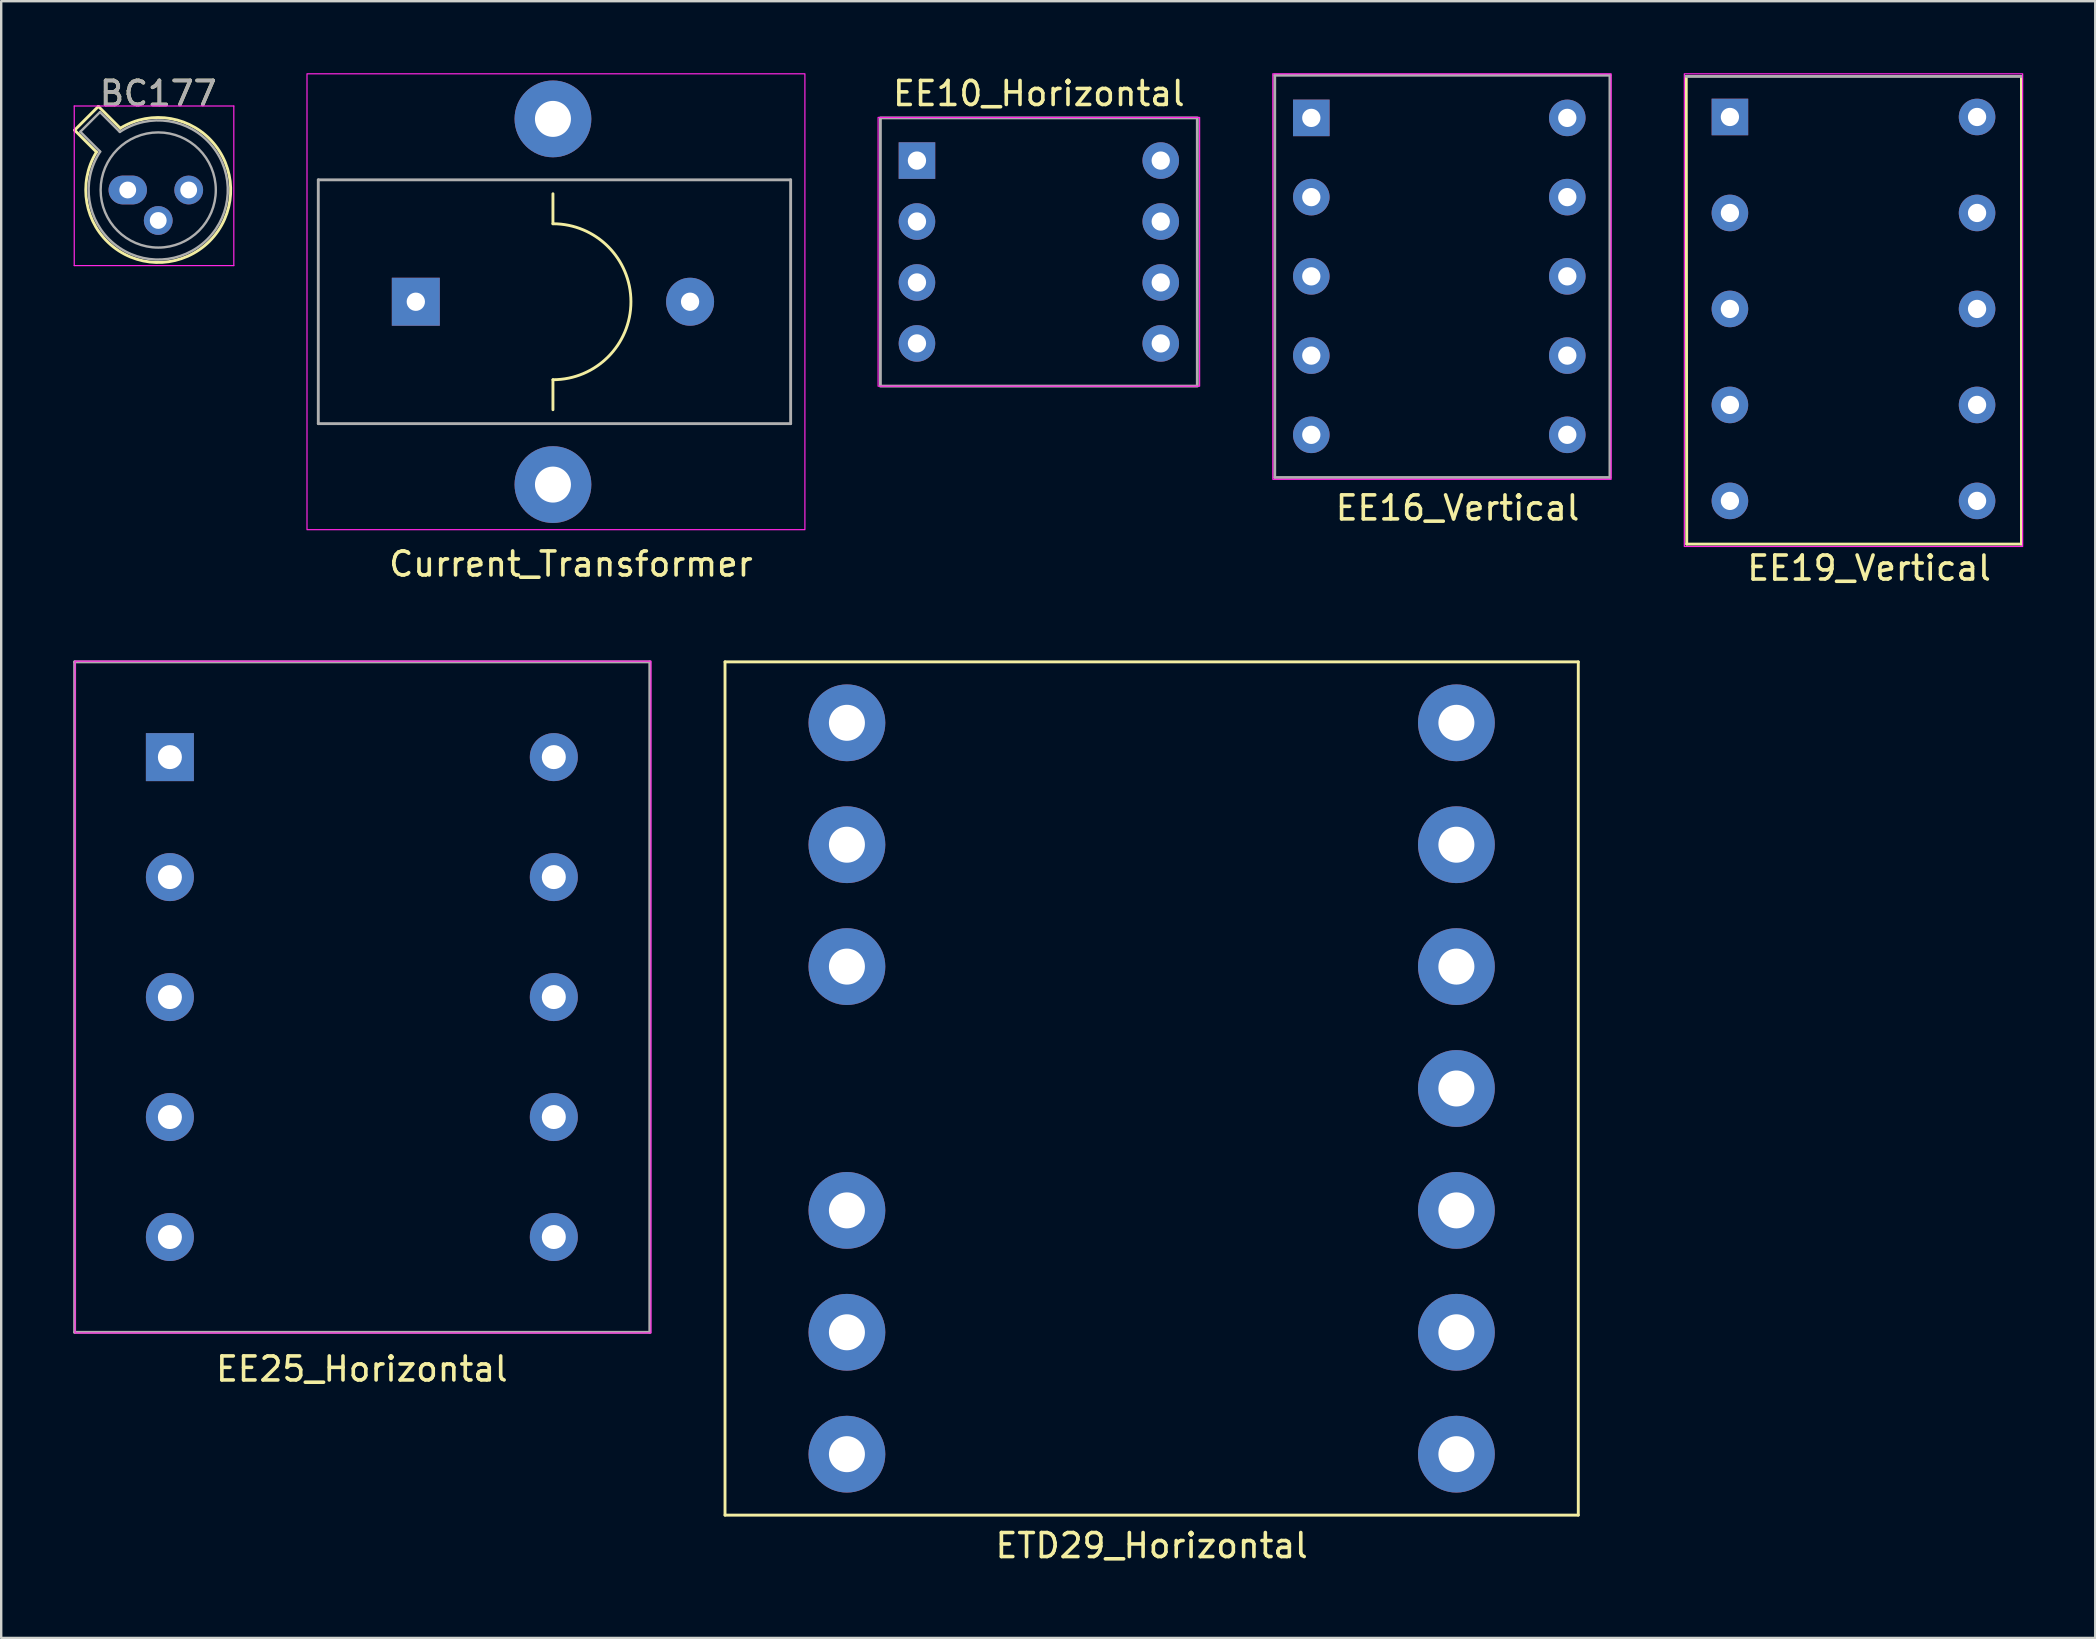
<source format=kicad_pcb>
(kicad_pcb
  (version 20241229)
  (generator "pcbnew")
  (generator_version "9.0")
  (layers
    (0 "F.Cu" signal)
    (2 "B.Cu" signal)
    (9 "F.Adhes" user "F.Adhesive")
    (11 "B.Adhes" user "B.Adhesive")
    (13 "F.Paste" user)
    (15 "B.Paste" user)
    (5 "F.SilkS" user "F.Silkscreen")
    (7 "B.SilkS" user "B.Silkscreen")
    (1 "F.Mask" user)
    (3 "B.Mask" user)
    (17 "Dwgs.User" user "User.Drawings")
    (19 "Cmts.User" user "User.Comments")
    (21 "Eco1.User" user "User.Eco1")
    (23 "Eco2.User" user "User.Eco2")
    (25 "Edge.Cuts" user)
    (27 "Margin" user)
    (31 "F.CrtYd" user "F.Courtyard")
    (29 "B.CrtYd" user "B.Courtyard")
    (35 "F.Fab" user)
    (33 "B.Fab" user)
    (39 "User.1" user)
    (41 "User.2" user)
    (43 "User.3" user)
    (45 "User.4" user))
  (footprint "Current_Transformer"
    (layer "F.Cu")
    (at 14.244 9.525)
    (property "Reference" "Current_Transformer" (at 6.5 10.93 0) (layer "F.SilkS") (effects (font (size 1 1) (thickness 0.15))))
    (attr through_hole)
    (fp_line (start 5.75 -3.25) (end 5.75 -4.5) (stroke (width 0.12) (type solid)) (layer "F.SilkS"))
    (fp_line (start 5.75 3.25) (end 5.75 4.5) (stroke (width 0.12) (type solid)) (layer "F.SilkS"))
    (fp_arc (start 5.75 -3.25) (mid 9 0) (end 5.75 3.25) (stroke (width 0.12) (type solid)) (layer "F.SilkS"))
    (fp_rect (start -4.5 -9.5) (end 16.25 9.5) (stroke (width 0.05) (type solid)) (fill no) (layer "F.CrtYd"))
    (fp_line (start -4.029 -5.08) (end -4.029 5.08) (stroke (width 0.12) (type solid)) (layer "F.Fab"))
    (fp_line (start -4.029 5.08) (end 15.656 5.08) (stroke (width 0.12) (type solid)) (layer "F.Fab"))
    (fp_line (start 15.656 -5.08) (end -4.029 -5.08) (stroke (width 0.12) (type solid)) (layer "F.Fab"))
    (fp_line (start 15.656 5.08) (end 15.656 -5.08) (stroke (width 0.12) (type solid)) (layer "F.Fab"))
    (pad "1" thru_hole rect (at 0.035 0) (size 2 2) (drill 0.762) (layers "*.Cu" "*.Mask"))
    (pad "2" thru_hole circle (at 11.465 0) (size 2 2) (drill 0.762) (layers "*.Cu" "*.Mask"))
    (pad "3" thru_hole circle (at 5.75 -7.62) (size 3.2 3.2) (drill 1.5) (layers "*.Cu" "*.Mask"))
    (pad "4" thru_hole circle (at 5.75 7.62) (size 3.2 3.2) (drill 1.5) (layers "*.Cu" "*.Mask")))
  (footprint "ETD29_Horizontal"
    (layer "F.Cu")
    (at 44.945 42.313)
    (property "Reference" "ETD29_Horizontal" (at 0 19.05 0) (layer "F.SilkS") (effects (font (size 1 1) (thickness 0.15))))
    (attr through_hole)
    (fp_line (start -17.78 -17.78) (end -17.78 17.78) (stroke (width 0.12) (type solid)) (layer "F.SilkS"))
    (fp_line (start -17.78 -17.78) (end 17.78 -17.78) (stroke (width 0.12) (type solid)) (layer "F.SilkS"))
    (fp_line (start -17.78 17.78) (end 17.78 17.78) (stroke (width 0.12) (type solid)) (layer "F.SilkS"))
    (fp_line (start 17.78 17.78) (end 17.78 -17.78) (stroke (width 0.12) (type solid)) (layer "F.SilkS"))
    (pad "1" thru_hole circle (at -12.7 -15.24) (size 3.2 3.2) (drill 1.5) (layers "*.Cu" "*.Mask"))
    (pad "2" thru_hole circle (at -12.7 -10.16) (size 3.2 3.2) (drill 1.5) (layers "*.Cu" "*.Mask"))
    (pad "3" thru_hole circle (at -12.7 -5.08) (size 3.2 3.2) (drill 1.5) (layers "*.Cu" "*.Mask"))
    (pad "4" thru_hole circle (at -12.7 5.08) (size 3.2 3.2) (drill 1.5) (layers "*.Cu" "*.Mask"))
    (pad "5" thru_hole circle (at -12.7 10.16) (size 3.2 3.2) (drill 1.5) (layers "*.Cu" "*.Mask"))
    (pad "6" thru_hole circle (at -12.7 15.24) (size 3.2 3.2) (drill 1.5) (layers "*.Cu" "*.Mask"))
    (pad "7" thru_hole circle (at 12.7 15.24) (size 3.2 3.2) (drill 1.5) (layers "*.Cu" "*.Mask"))
    (pad "8" thru_hole circle (at 12.7 10.16) (size 3.2 3.2) (drill 1.5) (layers "*.Cu" "*.Mask"))
    (pad "9" thru_hole circle (at 12.7 5.08) (size 3.2 3.2) (drill 1.5) (layers "*.Cu" "*.Mask"))
    (pad "10" thru_hole circle (at 12.7 0) (size 3.2 3.2) (drill 1.5) (layers "*.Cu" "*.Mask"))
    (pad "11" thru_hole circle (at 12.7 -5.08) (size 3.2 3.2) (drill 1.5) (layers "*.Cu" "*.Mask"))
    (pad "12" thru_hole circle (at 12.7 -10.16) (size 3.2 3.2) (drill 1.5) (layers "*.Cu" "*.Mask"))
    (pad "13" thru_hole circle (at 12.7 -15.24) (size 3.2 3.2) (drill 1.5) (layers "*.Cu" "*.Mask")))
  (footprint "BC177"
    (layer "F.Cu")
    (at 2.274 4.868)
    (property "Reference" "BC177" (at 1.27 -4.02 0) (layer "F.SilkS") (effects (font (size 1 1) (thickness 0.15))))
    (attr through_hole)
    (fp_line (start -2.214 -2.494) (end -1.302 -1.582) (stroke (width 0.12) (type solid)) (layer "F.SilkS"))
    (fp_line (start -1.224 -3.484) (end -2.214 -2.494) (stroke (width 0.12) (type solid)) (layer "F.SilkS"))
    (fp_line (start -0.312 -2.572) (end -1.224 -3.484) (stroke (width 0.12) (type solid)) (layer "F.SilkS"))
    (fp_arc (start -0.312331 -2.572281) (mid 3.405374 2.135551) (end -1.30215 -1.582544) (stroke (width 0.12) (type solid)) (layer "F.SilkS"))
    (fp_line (start -2.23 -3.5) (end -2.23 3.15) (stroke (width 0.05) (type solid)) (layer "F.CrtYd"))
    (fp_line (start -2.23 3.15) (end 4.42 3.15) (stroke (width 0.05) (type solid)) (layer "F.CrtYd"))
    (fp_line (start 4.42 -3.5) (end -2.23 -3.5) (stroke (width 0.05) (type solid)) (layer "F.CrtYd"))
    (fp_line (start 4.42 3.15) (end 4.42 -3.5) (stroke (width 0.05) (type solid)) (layer "F.CrtYd"))
    (fp_line (start -1.977 -2.426) (end -1.149 -1.599) (stroke (width 0.1) (type solid)) (layer "F.Fab"))
    (fp_line (start -1.156 -3.247) (end -1.977 -2.426) (stroke (width 0.1) (type solid)) (layer "F.Fab"))
    (fp_line (start -0.329 -2.419) (end -1.156 -3.247) (stroke (width 0.1) (type solid)) (layer "F.Fab"))
    (fp_arc (start -0.329057 -2.419301) (mid 3.321076 2.050143) (end -1.150029 -1.597956) (stroke (width 0.1) (type solid)) (layer "F.Fab"))
    (fp_circle (center 1.27 0) (end 3.67 0) (stroke (width 0.1) (type solid)) (fill no) (layer "F.Fab"))
    (fp_text user "${REFERENCE}" (at 1.27 -4.02 0) (layer "F.Fab") (effects (font (size 1 1) (thickness 0.15))))
    (pad "1" thru_hole oval (at 1.27 1.27) (size 1.2 1.2) (drill 0.7) (layers "*.Cu" "*.Mask"))
    (pad "2" thru_hole oval (at 2.54 0) (size 1.2 1.2) (drill 0.7) (layers "*.Cu" "*.Mask"))
    (pad "3" thru_hole oval (at 0 0) (size 1.6 1.2) (drill 0.7) (layers "*.Cu" "*.Mask")))
  (footprint "EE25_Horizontal"
    (layer "F.Cu")
    (at 4.08 28.503)
    (property "Reference" "EE25_Horizontal" (at 7.95 25.5 0) (layer "F.SilkS") (effects (font (size 1 1) (thickness 0.15))))
    (attr through_hole)
    (fp_rect (start -4 -4) (end 20 24) (stroke (width 0.05) (type solid)) (fill no) (layer "F.CrtYd"))
    (fp_line (start -4.02 -3.97) (end 19.95 -3.97) (stroke (width 0.12) (type solid)) (layer "F.Fab"))
    (fp_line (start -4.02 23.97) (end -4.02 -3.97) (stroke (width 0.12) (type solid)) (layer "F.Fab"))
    (fp_line (start -4.02 23.97) (end 19.95 23.97) (stroke (width 0.12) (type solid)) (layer "F.Fab"))
    (fp_line (start 19.95 -3.97) (end 19.95 23.97) (stroke (width 0.12) (type solid)) (layer "F.Fab"))
    (pad "1" thru_hole rect (at -0.05 0) (size 2 2) (drill 1) (layers "*.Cu" "*.Mask"))
    (pad "2" thru_hole circle (at -0.05 5) (size 2 2) (drill 1) (layers "*.Cu" "*.Mask"))
    (pad "3" thru_hole circle (at -0.05 10) (size 2 2) (drill 1) (layers "*.Cu" "*.Mask"))
    (pad "4" thru_hole circle (at -0.05 15) (size 2 2) (drill 1) (layers "*.Cu" "*.Mask"))
    (pad "5" thru_hole circle (at -0.05 20) (size 2 2) (drill 1) (layers "*.Cu" "*.Mask"))
    (pad "6" thru_hole circle (at 15.95 20) (size 2 2) (drill 1) (layers "*.Cu" "*.Mask"))
    (pad "7" thru_hole circle (at 15.95 15) (size 2 2) (drill 1) (layers "*.Cu" "*.Mask"))
    (pad "8" thru_hole circle (at 15.95 10) (size 2 2) (drill 1) (layers "*.Cu" "*.Mask"))
    (pad "9" thru_hole circle (at 15.95 5) (size 2 2) (drill 1) (layers "*.Cu" "*.Mask"))
    (pad "10" thru_hole circle (at 15.95 0) (size 2 2) (drill 1) (layers "*.Cu" "*.Mask")))
  (footprint "EE10_Horizontal"
    (layer "F.Cu")
    (at 35.144 3.644)
    (property "Reference" "EE10_Horizontal" (at 5.1 -2.796 0) (layer "F.SilkS") (effects (font (size 1 1) (thickness 0.15))))
    (attr through_hole)
    (fp_rect (start -1.6 -1.8) (end 11.8 9.4) (stroke (width 0.05) (type solid)) (fill no) (layer "F.CrtYd"))
    (fp_rect (start -1.504 -1.78) (end 11.704 9.396) (stroke (width 0.12) (type solid)) (fill no) (layer "F.Fab"))
    (pad "1" thru_hole rect (at 0.02 -0.002) (size 1.524 1.524) (drill 0.762) (layers "*.Cu" "*.Mask"))
    (pad "2" thru_hole circle (at 0.02 2.538) (size 1.524 1.524) (drill 0.762) (layers "*.Cu" "*.Mask"))
    (pad "3" thru_hole circle (at 0.02 5.078) (size 1.524 1.524) (drill 0.762) (layers "*.Cu" "*.Mask"))
    (pad "4" thru_hole circle (at 0.02 7.618) (size 1.524 1.524) (drill 0.762) (layers "*.Cu" "*.Mask"))
    (pad "5" thru_hole circle (at 10.18 7.618) (size 1.524 1.524) (drill 0.762) (layers "*.Cu" "*.Mask"))
    (pad "6" thru_hole circle (at 10.18 5.078) (size 1.524 1.524) (drill 0.762) (layers "*.Cu" "*.Mask"))
    (pad "7" thru_hole circle (at 10.18 2.538) (size 1.524 1.524) (drill 0.762) (layers "*.Cu" "*.Mask"))
    (pad "8" thru_hole circle (at 10.18 -0.002) (size 1.524 1.524) (drill 0.762) (layers "*.Cu" "*.Mask")))
  (footprint "EE19_Vertical"
    (layer "F.Cu")
    (at 69.044 1.825)
    (property "Reference" "EE19_Vertical" (at 5.8 18.8 0) (layer "F.SilkS") (effects (font (size 1 1) (thickness 0.15))))
    (attr through_hole)
    (fp_line (start -1.8 17.8) (end -1.82 -1.69) (stroke (width 0.12) (type solid)) (layer "F.SilkS"))
    (fp_line (start 12.15 -1.69) (end 12.15 17.8) (stroke (width 0.12) (type solid)) (layer "F.SilkS"))
    (fp_line (start 12.15 17.8) (end -1.8 17.8) (stroke (width 0.12) (type solid)) (layer "F.SilkS"))
    (fp_rect (start -1.9 -1.8) (end 12.2 17.9) (stroke (width 0.05) (type solid)) (fill no) (layer "F.CrtYd"))
    (fp_line (start -1.82 -1.69) (end 12.15 -1.69) (stroke (width 0.12) (type solid)) (layer "F.Fab"))
    (pad "1" thru_hole rect (at 0 0) (size 1.524 1.524) (drill 0.762) (layers "*.Cu" "*.Mask"))
    (pad "2" thru_hole circle (at 0 4) (size 1.524 1.524) (drill 0.762) (layers "*.Cu" "*.Mask"))
    (pad "3" thru_hole circle (at 0 8) (size 1.524 1.524) (drill 0.762) (layers "*.Cu" "*.Mask"))
    (pad "4" thru_hole circle (at 0 12) (size 1.524 1.524) (drill 0.762) (layers "*.Cu" "*.Mask"))
    (pad "5" thru_hole circle (at 0 16) (size 1.524 1.524) (drill 0.762) (layers "*.Cu" "*.Mask"))
    (pad "6" thru_hole circle (at 10.3 16) (size 1.524 1.524) (drill 0.762) (layers "*.Cu" "*.Mask"))
    (pad "7" thru_hole circle (at 10.3 12) (size 1.524 1.524) (drill 0.762) (layers "*.Cu" "*.Mask"))
    (pad "8" thru_hole circle (at 10.3 8) (size 1.524 1.524) (drill 0.762) (layers "*.Cu" "*.Mask"))
    (pad "9" thru_hole circle (at 10.3 4) (size 1.524 1.524) (drill 0.762) (layers "*.Cu" "*.Mask"))
    (pad "10" thru_hole circle (at 10.3 0) (size 1.524 1.524) (drill 0.762) (layers "*.Cu" "*.Mask")))
  (footprint "EE16_Vertical"
    (layer "F.Cu")
    (at 51.594 1.825)
    (property "Reference" "EE16_Vertical" (at 6.1 16.294 0) (layer "F.SilkS") (effects (font (size 1 1) (thickness 0.15))))
    (attr through_hole)
    (fp_rect (start -1.6 -1.8) (end 12.5 15.1) (stroke (width 0.05) (type solid)) (fill no) (layer "F.CrtYd"))
    (fp_line (start -1.52 -1.74) (end 12.45 -1.74) (stroke (width 0.12) (type solid)) (layer "F.Fab"))
    (fp_line (start -1.52 15.024) (end -1.52 -1.74) (stroke (width 0.12) (type solid)) (layer "F.Fab"))
    (fp_line (start 12.45 -1.74) (end 12.45 15.024) (stroke (width 0.12) (type solid)) (layer "F.Fab"))
    (fp_line (start 12.45 15.024) (end -1.52 15.024) (stroke (width 0.12) (type solid)) (layer "F.Fab"))
    (pad "1" thru_hole rect (at 0.004 0.038) (size 1.524 1.524) (drill 0.762) (layers "*.Cu" "*.Mask"))
    (pad "2" thru_hole circle (at 0.004 3.34) (size 1.524 1.524) (drill 0.762) (layers "*.Cu" "*.Mask"))
    (pad "3" thru_hole circle (at 0.004 6.642) (size 1.524 1.524) (drill 0.762) (layers "*.Cu" "*.Mask"))
    (pad "4" thru_hole circle (at 0.004 9.944) (size 1.524 1.524) (drill 0.762) (layers "*.Cu" "*.Mask"))
    (pad "5" thru_hole circle (at 0.004 13.246) (size 1.524 1.524) (drill 0.762) (layers "*.Cu" "*.Mask"))
    (pad "6" thru_hole circle (at 10.672 13.246) (size 1.524 1.524) (drill 0.762) (layers "*.Cu" "*.Mask"))
    (pad "7" thru_hole circle (at 10.672 9.944) (size 1.524 1.524) (drill 0.762) (layers "*.Cu" "*.Mask"))
    (pad "8" thru_hole circle (at 10.672 6.642) (size 1.524 1.524) (drill 0.762) (layers "*.Cu" "*.Mask"))
    (pad "9" thru_hole circle (at 10.672 3.34) (size 1.524 1.524) (drill 0.762) (layers "*.Cu" "*.Mask"))
    (pad "10" thru_hole circle (at 10.672 0.038) (size 1.524 1.524) (drill 0.762) (layers "*.Cu" "*.Mask")))
  (gr_rect
    (start -3 -3)
    (end 84.269 65.212)
    (stroke (width 0.1) (type default))
    (fill no)
    (layer "Edge.Cuts")))
</source>
